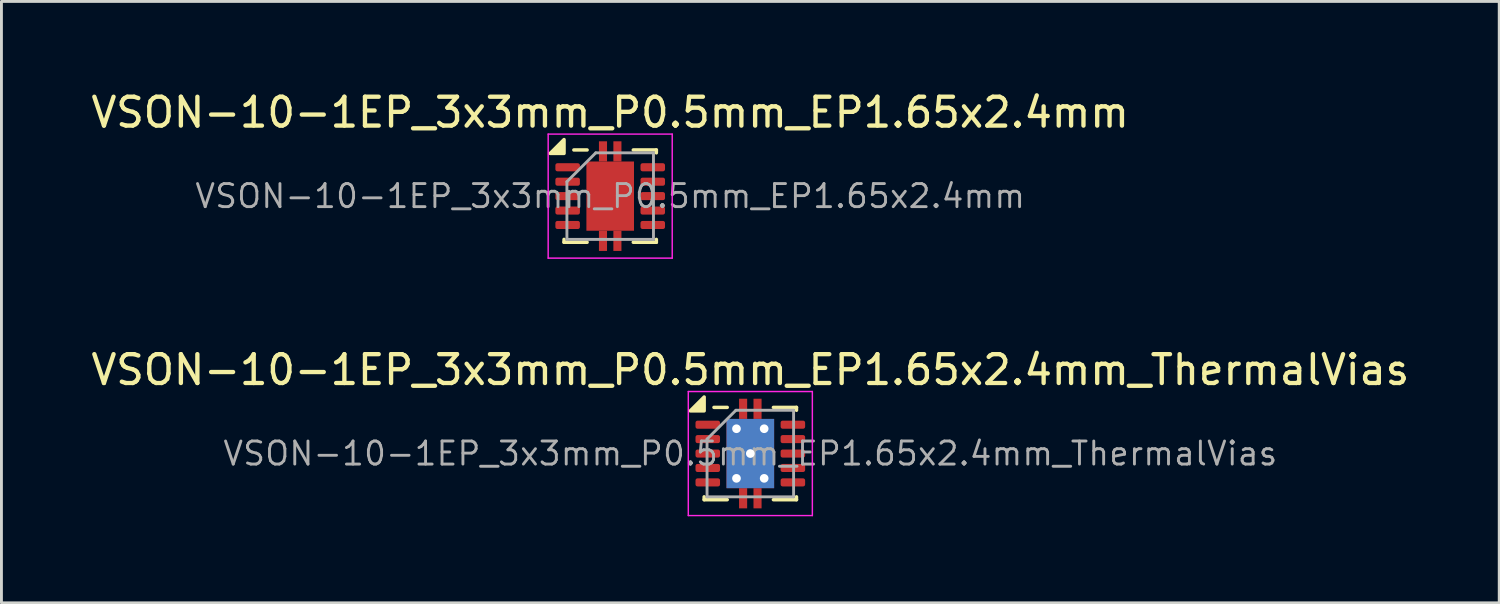
<source format=kicad_pcb>
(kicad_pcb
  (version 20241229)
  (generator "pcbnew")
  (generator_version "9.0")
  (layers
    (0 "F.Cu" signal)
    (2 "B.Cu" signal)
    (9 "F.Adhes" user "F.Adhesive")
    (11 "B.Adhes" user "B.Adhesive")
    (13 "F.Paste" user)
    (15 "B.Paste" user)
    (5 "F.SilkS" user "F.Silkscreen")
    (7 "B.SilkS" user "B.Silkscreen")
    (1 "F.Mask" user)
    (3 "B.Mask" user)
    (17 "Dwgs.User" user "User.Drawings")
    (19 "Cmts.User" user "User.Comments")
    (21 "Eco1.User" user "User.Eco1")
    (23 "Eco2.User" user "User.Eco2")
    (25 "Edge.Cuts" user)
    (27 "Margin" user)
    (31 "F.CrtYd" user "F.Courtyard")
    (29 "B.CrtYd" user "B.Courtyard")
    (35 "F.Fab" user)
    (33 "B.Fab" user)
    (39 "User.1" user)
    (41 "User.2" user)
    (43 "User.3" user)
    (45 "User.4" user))
  (footprint "VSON-10-1EP_3x3mm_P0.5mm_EP1.65x2.4mm"
    (layer "F.Cu")
    (at 18.101 3.748)
    (property "Reference" "VSON-10-1EP_3x3mm_P0.5mm_EP1.65x2.4mm" (at 0 -2.9 0) (layer "F.SilkS") (effects (font (size 1 1) (thickness 0.15))))
    (attr smd)
    (fp_line (start -1.6 1.5) (end -1.6 1.6) (stroke (width 0.12) (type solid)) (layer "F.SilkS"))
    (fp_line (start -1.6 1.6) (end -0.8 1.6) (stroke (width 0.12) (type solid)) (layer "F.SilkS"))
    (fp_line (start -0.8 -1.6) (end -1.26 -1.6) (stroke (width 0.12) (type solid)) (layer "F.SilkS"))
    (fp_line (start 0.8 -1.6) (end 1.6 -1.6) (stroke (width 0.12) (type solid)) (layer "F.SilkS"))
    (fp_line (start 0.8 1.6) (end 1.6 1.6) (stroke (width 0.12) (type solid)) (layer "F.SilkS"))
    (fp_line (start 1.6 -1.6) (end 1.6 -1.5) (stroke (width 0.12) (type solid)) (layer "F.SilkS"))
    (fp_line (start 1.6 1.6) (end 1.6 1.5) (stroke (width 0.12) (type solid)) (layer "F.SilkS"))
    (fp_poly (pts (xy -1.6 -1.48) (xy -2.08 -1.48) (xy -1.6 -1.96) (xy -1.6 -1.48)) (stroke (width 0.12) (type solid)) (fill yes) (layer "F.SilkS"))
    (fp_line (start -2.15 -2.15) (end 2.15 -2.15) (stroke (width 0.05) (type solid)) (layer "F.CrtYd"))
    (fp_line (start -2.15 2.15) (end -2.15 -2.15) (stroke (width 0.05) (type solid)) (layer "F.CrtYd"))
    (fp_line (start 2.15 -2.15) (end 2.15 2.15) (stroke (width 0.05) (type solid)) (layer "F.CrtYd"))
    (fp_line (start 2.15 2.15) (end -2.15 2.15) (stroke (width 0.05) (type solid)) (layer "F.CrtYd"))
    (fp_line (start -1.5 -0.5) (end -1.5 1.5) (stroke (width 0.1) (type solid)) (layer "F.Fab"))
    (fp_line (start -1.5 -0.5) (end -0.5 -1.5) (stroke (width 0.1) (type solid)) (layer "F.Fab"))
    (fp_line (start -1.5 1.5) (end 1.5 1.5) (stroke (width 0.1) (type solid)) (layer "F.Fab"))
    (fp_line (start -0.5 -1.5) (end 1.5 -1.5) (stroke (width 0.1) (type solid)) (layer "F.Fab"))
    (fp_line (start 1.5 -1.5) (end 1.5 1.5) (stroke (width 0.1) (type solid)) (layer "F.Fab"))
    (fp_text user "${REFERENCE}" (at 0 0 0) (layer "F.Fab") (effects (font (size 0.8 0.8) (thickness 0.1))))
    (pad "" smd rect (at -0.412 -0.8) (size 0.64 0.64) (layers "F.Paste"))
    (pad "" smd rect (at -0.412 0) (size 0.64 0.64) (layers "F.Paste"))
    (pad "" smd rect (at -0.412 0.8) (size 0.64 0.64) (layers "F.Paste"))
    (pad "" smd rect (at 0.412 -0.8) (size 0.64 0.64) (layers "F.Paste"))
    (pad "" smd rect (at 0.412 0) (size 0.64 0.64) (layers "F.Paste"))
    (pad "" smd rect (at 0.412 0.8) (size 0.64 0.64) (layers "F.Paste"))
    (pad "1" smd roundrect (at -1.475 -1) (size 0.85 0.28) (layers "F.Cu" "F.Mask" "F.Paste") (roundrect_rratio 0.25))
    (pad "2" smd roundrect (at -1.475 -0.5) (size 0.85 0.28) (layers "F.Cu" "F.Mask" "F.Paste") (roundrect_rratio 0.25))
    (pad "3" smd roundrect (at -1.475 0) (size 0.85 0.28) (layers "F.Cu" "F.Mask" "F.Paste") (roundrect_rratio 0.25))
    (pad "4" smd roundrect (at -1.475 0.5) (size 0.85 0.28) (layers "F.Cu" "F.Mask" "F.Paste") (roundrect_rratio 0.25))
    (pad "5" smd roundrect (at -1.475 1) (size 0.85 0.28) (layers "F.Cu" "F.Mask" "F.Paste") (roundrect_rratio 0.25))
    (pad "6" smd roundrect (at 1.475 1) (size 0.85 0.28) (layers "F.Cu" "F.Mask" "F.Paste") (roundrect_rratio 0.25))
    (pad "7" smd roundrect (at 1.475 0.5) (size 0.85 0.28) (layers "F.Cu" "F.Mask" "F.Paste") (roundrect_rratio 0.25))
    (pad "8" smd roundrect (at 1.475 0) (size 0.85 0.28) (layers "F.Cu" "F.Mask" "F.Paste") (roundrect_rratio 0.25))
    (pad "9" smd roundrect (at 1.475 -0.5) (size 0.85 0.28) (layers "F.Cu" "F.Mask" "F.Paste") (roundrect_rratio 0.25))
    (pad "10" smd roundrect (at 1.475 -1) (size 0.85 0.28) (layers "F.Cu" "F.Mask" "F.Paste") (roundrect_rratio 0.25))
    (pad "11" smd rect (at -0.25 -1.55) (size 0.28 0.7) (layers "F.Cu" "F.Mask" "F.Paste"))
    (pad "11" smd rect (at -0.25 1.55) (size 0.28 0.7) (layers "F.Cu" "F.Mask" "F.Paste"))
    (pad "11" smd rect (at 0 0) (size 1.65 2.4) (layers "F.Cu" "F.Mask"))
    (pad "11" smd rect (at 0.25 -1.55) (size 0.28 0.7) (layers "F.Cu" "F.Mask" "F.Paste"))
    (pad "11" smd rect (at 0.25 1.55) (size 0.28 0.7) (layers "F.Cu" "F.Mask" "F.Paste")))
  (footprint "VSON-10-1EP_3x3mm_P0.5mm_EP1.65x2.4mm_ThermalVias"
    (layer "F.Cu")
    (at 22.958 12.671)
    (property "Reference" "VSON-10-1EP_3x3mm_P0.5mm_EP1.65x2.4mm_ThermalVias" (at 0 -2.9 0) (layer "F.SilkS") (effects (font (size 1 1) (thickness 0.15))))
    (attr smd)
    (fp_line (start -1.6 1.5) (end -1.6 1.6) (stroke (width 0.12) (type solid)) (layer "F.SilkS"))
    (fp_line (start -1.6 1.6) (end -0.8 1.6) (stroke (width 0.12) (type solid)) (layer "F.SilkS"))
    (fp_line (start -0.8 -1.6) (end -1.26 -1.6) (stroke (width 0.12) (type solid)) (layer "F.SilkS"))
    (fp_line (start 0.8 -1.6) (end 1.6 -1.6) (stroke (width 0.12) (type solid)) (layer "F.SilkS"))
    (fp_line (start 0.8 1.6) (end 1.6 1.6) (stroke (width 0.12) (type solid)) (layer "F.SilkS"))
    (fp_line (start 1.6 -1.6) (end 1.6 -1.5) (stroke (width 0.12) (type solid)) (layer "F.SilkS"))
    (fp_line (start 1.6 1.6) (end 1.6 1.5) (stroke (width 0.12) (type solid)) (layer "F.SilkS"))
    (fp_poly (pts (xy -1.6 -1.48) (xy -2.08 -1.48) (xy -1.6 -1.96) (xy -1.6 -1.48)) (stroke (width 0.12) (type solid)) (fill yes) (layer "F.SilkS"))
    (fp_line (start -2.15 -2.15) (end 2.15 -2.15) (stroke (width 0.05) (type solid)) (layer "F.CrtYd"))
    (fp_line (start -2.15 2.15) (end -2.15 -2.15) (stroke (width 0.05) (type solid)) (layer "F.CrtYd"))
    (fp_line (start 2.15 -2.15) (end 2.15 2.15) (stroke (width 0.05) (type solid)) (layer "F.CrtYd"))
    (fp_line (start 2.15 2.15) (end -2.15 2.15) (stroke (width 0.05) (type solid)) (layer "F.CrtYd"))
    (fp_line (start -1.5 -0.5) (end -1.5 1.5) (stroke (width 0.1) (type solid)) (layer "F.Fab"))
    (fp_line (start -1.5 -0.5) (end -0.5 -1.5) (stroke (width 0.1) (type solid)) (layer "F.Fab"))
    (fp_line (start -1.5 1.5) (end 1.5 1.5) (stroke (width 0.1) (type solid)) (layer "F.Fab"))
    (fp_line (start -0.5 -1.5) (end 1.5 -1.5) (stroke (width 0.1) (type solid)) (layer "F.Fab"))
    (fp_line (start 1.5 -1.5) (end 1.5 1.5) (stroke (width 0.1) (type solid)) (layer "F.Fab"))
    (fp_text user "${REFERENCE}" (at 0 0 0) (layer "F.Fab") (effects (font (size 0.8 0.8) (thickness 0.1))))
    (pad "" smd rect (at -0.48 -0.86) (size 0.64 0.64) (layers "F.Paste"))
    (pad "" smd rect (at -0.48 0) (size 0.64 0.64) (layers "F.Paste"))
    (pad "" smd rect (at -0.48 0.86) (size 0.64 0.64) (layers "F.Paste"))
    (pad "" smd rect (at 0.48 -0.86) (size 0.64 0.64) (layers "F.Paste"))
    (pad "" smd rect (at 0.48 0) (size 0.64 0.64) (layers "F.Paste"))
    (pad "" smd rect (at 0.48 0.86) (size 0.64 0.64) (layers "F.Paste"))
    (pad "1" smd roundrect (at -1.475 -1) (size 0.85 0.28) (layers "F.Cu" "F.Mask" "F.Paste") (roundrect_rratio 0.25))
    (pad "2" smd roundrect (at -1.475 -0.5) (size 0.85 0.28) (layers "F.Cu" "F.Mask" "F.Paste") (roundrect_rratio 0.25))
    (pad "3" smd roundrect (at -1.475 0) (size 0.85 0.28) (layers "F.Cu" "F.Mask" "F.Paste") (roundrect_rratio 0.25))
    (pad "4" smd roundrect (at -1.475 0.5) (size 0.85 0.28) (layers "F.Cu" "F.Mask" "F.Paste") (roundrect_rratio 0.25))
    (pad "5" smd roundrect (at -1.475 1) (size 0.85 0.28) (layers "F.Cu" "F.Mask" "F.Paste") (roundrect_rratio 0.25))
    (pad "6" smd roundrect (at 1.475 1) (size 0.85 0.28) (layers "F.Cu" "F.Mask" "F.Paste") (roundrect_rratio 0.25))
    (pad "7" smd roundrect (at 1.475 0.5) (size 0.85 0.28) (layers "F.Cu" "F.Mask" "F.Paste") (roundrect_rratio 0.25))
    (pad "8" smd roundrect (at 1.475 0) (size 0.85 0.28) (layers "F.Cu" "F.Mask" "F.Paste") (roundrect_rratio 0.25))
    (pad "9" smd roundrect (at 1.475 -0.5) (size 0.85 0.28) (layers "F.Cu" "F.Mask" "F.Paste") (roundrect_rratio 0.25))
    (pad "10" smd roundrect (at 1.475 -1) (size 0.85 0.28) (layers "F.Cu" "F.Mask" "F.Paste") (roundrect_rratio 0.25))
    (pad "11" thru_hole circle (at -0.48 -0.86) (size 0.6 0.6) (drill 0.3) (layers "*.Cu"))
    (pad "11" thru_hole circle (at -0.48 0.86) (size 0.6 0.6) (drill 0.3) (layers "*.Cu"))
    (pad "11" smd rect (at -0.25 -1.55) (size 0.28 0.7) (layers "F.Cu" "F.Mask" "F.Paste"))
    (pad "11" smd rect (at -0.25 1.55) (size 0.28 0.7) (layers "F.Cu" "F.Mask" "F.Paste"))
    (pad "11" thru_hole circle (at 0 0) (size 0.6 0.6) (drill 0.3) (layers "*.Cu"))
    (pad "11" smd rect (at 0 0) (size 1.65 2.4) (layers "F.Cu" "F.Mask"))
    (pad "11" smd rect (at 0 0) (size 1.65 2.4) (layers "B.Cu"))
    (pad "11" smd rect (at 0.25 -1.55) (size 0.28 0.7) (layers "F.Cu" "F.Mask" "F.Paste"))
    (pad "11" smd rect (at 0.25 1.55) (size 0.28 0.7) (layers "F.Cu" "F.Mask" "F.Paste"))
    (pad "11" thru_hole circle (at 0.48 -0.86) (size 0.6 0.6) (drill 0.3) (layers "*.Cu"))
    (pad "11" thru_hole circle (at 0.48 0.86) (size 0.6 0.6) (drill 0.3) (layers "*.Cu")))
  (gr_rect
    (start -3 -3)
    (end 48.917 17.846)
    (stroke (width 0.1) (type default))
    (fill no)
    (layer "Edge.Cuts")))
</source>
